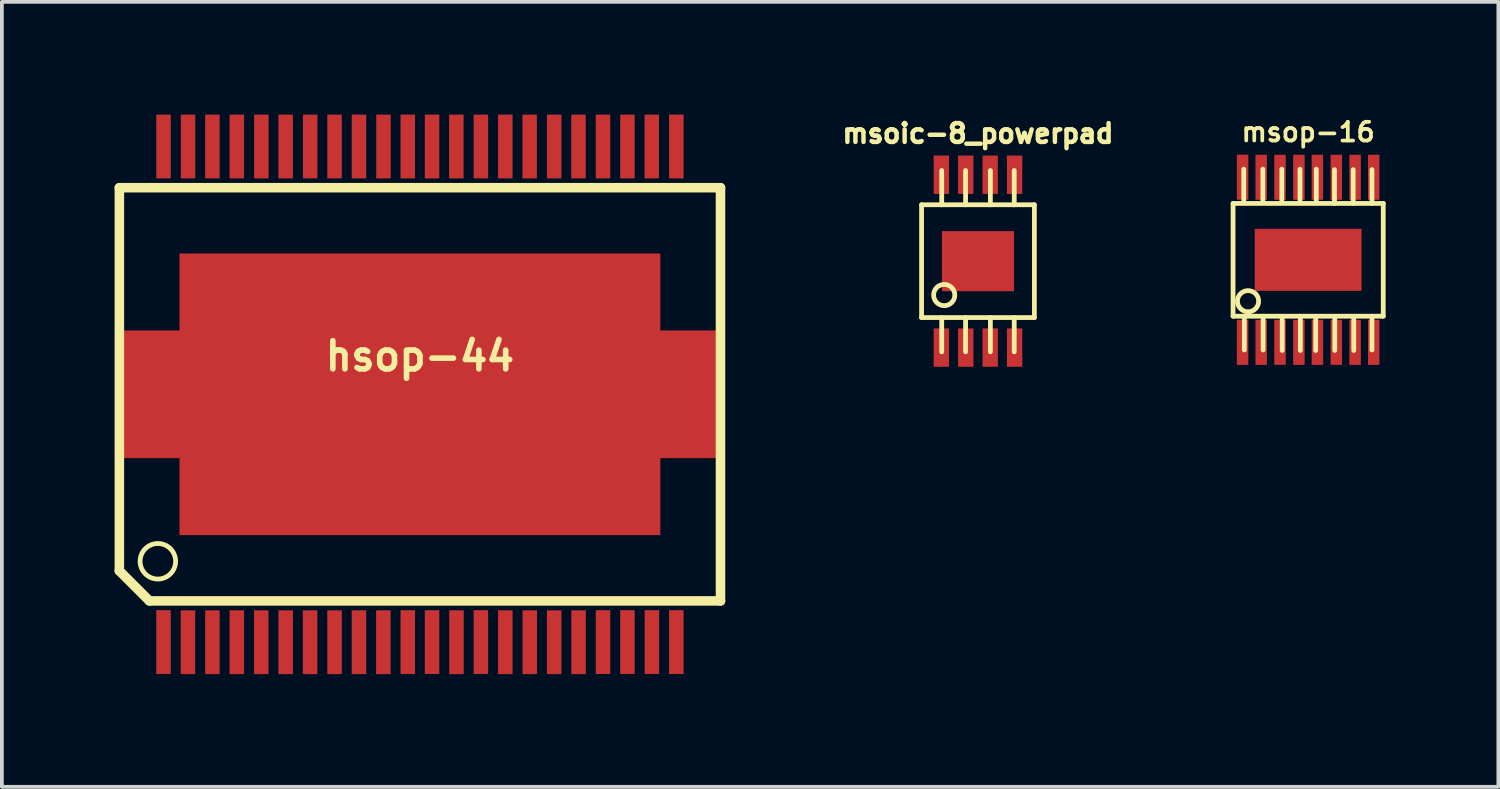
<source format=kicad_pcb>
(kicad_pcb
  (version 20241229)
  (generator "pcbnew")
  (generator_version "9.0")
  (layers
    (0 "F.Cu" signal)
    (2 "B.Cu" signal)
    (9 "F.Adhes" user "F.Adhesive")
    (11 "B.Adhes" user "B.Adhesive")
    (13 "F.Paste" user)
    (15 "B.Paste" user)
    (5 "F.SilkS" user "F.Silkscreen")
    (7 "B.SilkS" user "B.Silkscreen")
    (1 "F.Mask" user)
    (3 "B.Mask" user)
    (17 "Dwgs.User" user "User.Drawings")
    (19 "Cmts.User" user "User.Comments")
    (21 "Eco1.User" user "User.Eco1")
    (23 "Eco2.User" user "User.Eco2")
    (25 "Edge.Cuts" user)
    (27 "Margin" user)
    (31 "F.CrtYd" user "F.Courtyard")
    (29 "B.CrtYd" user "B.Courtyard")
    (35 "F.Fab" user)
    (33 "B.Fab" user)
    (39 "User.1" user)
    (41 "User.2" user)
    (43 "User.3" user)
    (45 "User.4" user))
  (footprint "msop-16"
    (layer "F.Cu")
    (at 31.772 3.866)
    (property "Reference" "msop-16" (at 0 -3.401 0) (layer "F.SilkS") (effects (font (size 0.498 0.498) (thickness 0.099))))
    (attr smd)
    (fp_line (start -1.999 -1.501) (end 1.999 -1.501) (stroke (width 0.127) (type solid)) (layer "F.SilkS"))
    (fp_line (start -1.999 -1.499) (end -1.999 1.499) (stroke (width 0.127) (type solid)) (layer "F.SilkS"))
    (fp_line (start -1.999 1.501) (end 1.999 1.501) (stroke (width 0.127) (type solid)) (layer "F.SilkS"))
    (fp_line (start -1.714 -2.413) (end -1.714 -1.524) (stroke (width 0.127) (type solid)) (layer "F.SilkS"))
    (fp_line (start -1.699 2.4) (end -1.699 1.501) (stroke (width 0.127) (type solid)) (layer "F.SilkS"))
    (fp_line (start -1.206 -2.413) (end -1.206 -1.524) (stroke (width 0.127) (type solid)) (layer "F.SilkS"))
    (fp_line (start -1.199 2.4) (end -1.199 1.501) (stroke (width 0.127) (type solid)) (layer "F.SilkS"))
    (fp_line (start -0.701 -2.413) (end -0.701 -1.524) (stroke (width 0.127) (type solid)) (layer "F.SilkS"))
    (fp_line (start -0.691 2.413) (end -0.691 1.524) (stroke (width 0.127) (type solid)) (layer "F.SilkS"))
    (fp_line (start -0.218 -2.413) (end -0.218 -1.524) (stroke (width 0.127) (type solid)) (layer "F.SilkS"))
    (fp_line (start -0.208 2.413) (end -0.208 1.524) (stroke (width 0.127) (type solid)) (layer "F.SilkS"))
    (fp_line (start 0.201 2.413) (end 0.201 1.524) (stroke (width 0.127) (type solid)) (layer "F.SilkS"))
    (fp_line (start 0.216 -2.413) (end 0.216 -1.524) (stroke (width 0.127) (type solid)) (layer "F.SilkS"))
    (fp_line (start 0.701 -2.4) (end 0.701 -1.501) (stroke (width 0.127) (type solid)) (layer "F.SilkS"))
    (fp_line (start 0.709 2.413) (end 0.709 1.524) (stroke (width 0.127) (type solid)) (layer "F.SilkS"))
    (fp_line (start 1.199 -2.4) (end 1.199 -1.501) (stroke (width 0.127) (type solid)) (layer "F.SilkS"))
    (fp_line (start 1.214 2.413) (end 1.214 1.524) (stroke (width 0.127) (type solid)) (layer "F.SilkS"))
    (fp_line (start 1.699 -2.4) (end 1.699 -1.501) (stroke (width 0.127) (type solid)) (layer "F.SilkS"))
    (fp_line (start 1.699 2.4) (end 1.699 1.501) (stroke (width 0.127) (type solid)) (layer "F.SilkS"))
    (fp_line (start 1.999 1.501) (end 1.999 -1.501) (stroke (width 0.127) (type solid)) (layer "F.SilkS"))
    (fp_circle (center -1.6 1.102) (end -1.801 1.3) (stroke (width 0.127) (type solid)) (fill no) (layer "F.SilkS"))
    (pad "1" smd rect (at -1.745 2.197) (size 0.305 1.199) (layers "F.Cu" "F.Mask" "F.Paste"))
    (pad "2" smd rect (at -1.25 2.197) (size 0.305 1.199) (layers "F.Cu" "F.Mask" "F.Paste"))
    (pad "3" smd rect (at -0.749 2.197) (size 0.305 1.199) (layers "F.Cu" "F.Mask" "F.Paste"))
    (pad "4" smd rect (at -0.246 2.197) (size 0.305 1.199) (layers "F.Cu" "F.Mask" "F.Paste"))
    (pad "5" smd rect (at 0.246 2.197) (size 0.305 1.199) (layers "F.Cu" "F.Mask" "F.Paste"))
    (pad "6" smd rect (at 0.749 2.197) (size 0.305 1.199) (layers "F.Cu" "F.Mask" "F.Paste"))
    (pad "7" smd rect (at 1.25 2.197) (size 0.305 1.199) (layers "F.Cu" "F.Mask" "F.Paste"))
    (pad "8" smd rect (at 1.745 2.197) (size 0.305 1.199) (layers "F.Cu" "F.Mask" "F.Paste"))
    (pad "9" smd rect (at 1.745 -2.197) (size 0.305 1.199) (layers "F.Cu" "F.Mask" "F.Paste"))
    (pad "10" smd rect (at 1.25 -2.197) (size 0.305 1.199) (layers "F.Cu" "F.Mask" "F.Paste"))
    (pad "11" smd rect (at 0.749 -2.197) (size 0.305 1.199) (layers "F.Cu" "F.Mask" "F.Paste"))
    (pad "12" smd rect (at 0.246 -2.197) (size 0.305 1.199) (layers "F.Cu" "F.Mask" "F.Paste"))
    (pad "13" smd rect (at -0.246 -2.197) (size 0.305 1.199) (layers "F.Cu" "F.Mask" "F.Paste"))
    (pad "14" smd rect (at -0.749 -2.197) (size 0.305 1.199) (layers "F.Cu" "F.Mask" "F.Paste"))
    (pad "15" smd rect (at -1.25 -2.197) (size 0.305 1.199) (layers "F.Cu" "F.Mask" "F.Paste"))
    (pad "16" smd rect (at -1.745 -2.2) (size 0.305 1.199) (layers "F.Cu" "F.Mask" "F.Paste"))
    (pad "17" smd rect (at 0 0) (size 2.845 1.651) (layers "F.Cu" "F.Mask" "F.Paste")))
  (footprint "msoic-8_powerpad"
    (layer "F.Cu")
    (at 22.983 3.902)
    (property "Reference" "msoic-8_powerpad" (at 0 -3.4 180) (layer "F.SilkS") (effects (font (size 0.5 0.5) (thickness 0.119))))
    (attr through_hole)
    (fp_line (start -1.501 -1.501) (end -1.501 1.501) (stroke (width 0.127) (type solid)) (layer "F.SilkS"))
    (fp_line (start -1.501 1.501) (end 1.501 1.501) (stroke (width 0.127) (type solid)) (layer "F.SilkS"))
    (fp_line (start -0.965 -1.499) (end -0.965 -2.413) (stroke (width 0.127) (type solid)) (layer "F.SilkS"))
    (fp_line (start -0.965 1.499) (end -0.965 2.413) (stroke (width 0.127) (type solid)) (layer "F.SilkS"))
    (fp_line (start -0.33 -1.499) (end -0.33 -2.413) (stroke (width 0.127) (type solid)) (layer "F.SilkS"))
    (fp_line (start -0.33 1.499) (end -0.33 2.413) (stroke (width 0.127) (type solid)) (layer "F.SilkS"))
    (fp_line (start 0.33 -1.499) (end 0.33 -2.413) (stroke (width 0.127) (type solid)) (layer "F.SilkS"))
    (fp_line (start 0.33 1.499) (end 0.33 2.413) (stroke (width 0.127) (type solid)) (layer "F.SilkS"))
    (fp_line (start 0.965 -1.499) (end 0.965 -2.413) (stroke (width 0.127) (type solid)) (layer "F.SilkS"))
    (fp_line (start 0.965 1.499) (end 0.965 2.413) (stroke (width 0.127) (type solid)) (layer "F.SilkS"))
    (fp_line (start 1.501 -1.501) (end -1.501 -1.501) (stroke (width 0.127) (type solid)) (layer "F.SilkS"))
    (fp_line (start 1.501 1.501) (end 1.501 -1.501) (stroke (width 0.127) (type solid)) (layer "F.SilkS"))
    (fp_circle (center -0.899 0.902) (end -1.1 1.1) (stroke (width 0.127) (type solid)) (fill no) (layer "F.SilkS"))
    (pad "1" smd rect (at -0.975 2.301) (size 0.409 1.021) (layers "F.Cu" "F.Mask" "F.Paste"))
    (pad "2" smd rect (at -0.325 2.301) (size 0.409 1.021) (layers "F.Cu" "F.Mask" "F.Paste"))
    (pad "3" smd rect (at 0.325 2.301) (size 0.409 1.021) (layers "F.Cu" "F.Mask" "F.Paste"))
    (pad "4" smd rect (at 0.975 2.301) (size 0.409 1.021) (layers "F.Cu" "F.Mask" "F.Paste"))
    (pad "5" smd rect (at 0.975 -2.301) (size 0.409 1.021) (layers "F.Cu" "F.Mask" "F.Paste"))
    (pad "6" smd rect (at 0.325 -2.301) (size 0.409 1.021) (layers "F.Cu" "F.Mask" "F.Paste"))
    (pad "7" smd rect (at -0.325 -2.301) (size 0.409 1.021) (layers "F.Cu" "F.Mask" "F.Paste"))
    (pad "8" smd rect (at -0.975 -2.301) (size 0.409 1.021) (layers "F.Cu" "F.Mask" "F.Paste"))
    (pad "9" smd rect (at 0 0) (size 1.92 1.6) (layers "F.Cu" "F.Mask" "F.Paste")))
  (footprint "hsop-44"
    (layer "F.Cu")
    (at 8.128 7.446)
    (property "Reference" "hsop-44" (at 0 -1.016 0) (layer "F.SilkS") (effects (font (size 0.749 0.749) (thickness 0.15))))
    (attr through_hole)
    (fp_line (start -8.001 -5.499) (end -8.001 4.699) (stroke (width 0.254) (type solid)) (layer "F.SilkS"))
    (fp_line (start -8.001 -5.499) (end 8.001 -5.499) (stroke (width 0.254) (type solid)) (layer "F.SilkS"))
    (fp_line (start -7.201 5.499) (end -8.001 4.699) (stroke (width 0.254) (type solid)) (layer "F.SilkS"))
    (fp_line (start -7.201 5.499) (end 8.001 5.499) (stroke (width 0.254) (type solid)) (layer "F.SilkS"))
    (fp_line (start 8.001 5.499) (end 8.001 -5.499) (stroke (width 0.254) (type solid)) (layer "F.SilkS"))
    (fp_circle (center -6.976 4.445) (end -7.256 4.826) (stroke (width 0.127) (type solid)) (fill no) (layer "F.SilkS"))
    (pad "1" smd rect (at -6.825 6.596) (size 0.386 1.699) (layers "F.Cu" "F.Mask" "F.Paste"))
    (pad "2" smd rect (at -6.175 6.599) (size 0.386 1.699) (layers "F.Cu" "F.Mask" "F.Paste"))
    (pad "3" smd rect (at -5.524 6.599) (size 0.386 1.699) (layers "F.Cu" "F.Mask" "F.Paste"))
    (pad "4" smd rect (at -4.874 6.599) (size 0.386 1.699) (layers "F.Cu" "F.Mask" "F.Paste"))
    (pad "5" smd rect (at -4.224 6.599) (size 0.386 1.699) (layers "F.Cu" "F.Mask" "F.Paste"))
    (pad "6" smd rect (at -3.574 6.599) (size 0.386 1.699) (layers "F.Cu" "F.Mask" "F.Paste"))
    (pad "7" smd rect (at -2.924 6.599) (size 0.386 1.699) (layers "F.Cu" "F.Mask" "F.Paste"))
    (pad "8" smd rect (at -2.273 6.599) (size 0.386 1.699) (layers "F.Cu" "F.Mask" "F.Paste"))
    (pad "9" smd rect (at -1.623 6.599) (size 0.386 1.699) (layers "F.Cu" "F.Mask" "F.Paste"))
    (pad "10" smd rect (at -0.973 6.599) (size 0.386 1.699) (layers "F.Cu" "F.Mask" "F.Paste"))
    (pad "11" smd rect (at -0.323 6.596) (size 0.386 1.699) (layers "F.Cu" "F.Mask" "F.Paste"))
    (pad "12" smd rect (at 0.323 6.596) (size 0.386 1.699) (layers "F.Cu" "F.Mask" "F.Paste"))
    (pad "13" smd rect (at 0.973 6.599) (size 0.386 1.699) (layers "F.Cu" "F.Mask" "F.Paste"))
    (pad "14" smd rect (at 1.623 6.596) (size 0.386 1.699) (layers "F.Cu" "F.Mask" "F.Paste"))
    (pad "15" smd rect (at 2.273 6.599) (size 0.386 1.699) (layers "F.Cu" "F.Mask" "F.Paste"))
    (pad "16" smd rect (at 2.924 6.599) (size 0.386 1.699) (layers "F.Cu" "F.Mask" "F.Paste"))
    (pad "17" smd rect (at 3.574 6.599) (size 0.386 1.699) (layers "F.Cu" "F.Mask" "F.Paste"))
    (pad "18" smd rect (at 4.224 6.599) (size 0.386 1.699) (layers "F.Cu" "F.Mask" "F.Paste"))
    (pad "19" smd rect (at 4.874 6.596) (size 0.386 1.699) (layers "F.Cu" "F.Mask" "F.Paste"))
    (pad "20" smd rect (at 5.524 6.596) (size 0.386 1.699) (layers "F.Cu" "F.Mask" "F.Paste"))
    (pad "21" smd rect (at 6.175 6.596) (size 0.386 1.699) (layers "F.Cu" "F.Mask" "F.Paste"))
    (pad "22" smd rect (at 6.825 6.596) (size 0.386 1.699) (layers "F.Cu" "F.Mask" "F.Paste"))
    (pad "23" smd rect (at 6.825 -6.596) (size 0.386 1.699) (layers "F.Cu" "F.Mask" "F.Paste"))
    (pad "24" smd rect (at 6.172 -6.596) (size 0.386 1.699) (layers "F.Cu" "F.Mask" "F.Paste"))
    (pad "25" smd rect (at 5.524 -6.596) (size 0.386 1.699) (layers "F.Cu" "F.Mask" "F.Paste"))
    (pad "26" smd rect (at 4.874 -6.596) (size 0.386 1.699) (layers "F.Cu" "F.Mask" "F.Paste"))
    (pad "27" smd rect (at 4.221 -6.596) (size 0.386 1.699) (layers "F.Cu" "F.Mask" "F.Paste"))
    (pad "28" smd rect (at 3.574 -6.596) (size 0.386 1.699) (layers "F.Cu" "F.Mask" "F.Paste"))
    (pad "29" smd rect (at 2.921 -6.596) (size 0.386 1.699) (layers "F.Cu" "F.Mask" "F.Paste"))
    (pad "30" smd rect (at 2.273 -6.596) (size 0.386 1.699) (layers "F.Cu" "F.Mask" "F.Paste"))
    (pad "31" smd rect (at 1.623 -6.596) (size 0.386 1.699) (layers "F.Cu" "F.Mask" "F.Paste"))
    (pad "32" smd rect (at 0.97 -6.596) (size 0.386 1.699) (layers "F.Cu" "F.Mask" "F.Paste"))
    (pad "33" smd rect (at 0.323 -6.596) (size 0.386 1.699) (layers "F.Cu" "F.Mask" "F.Paste"))
    (pad "34" smd rect (at -0.323 -6.596) (size 0.386 1.699) (layers "F.Cu" "F.Mask" "F.Paste"))
    (pad "35" smd rect (at -0.97 -6.596) (size 0.386 1.699) (layers "F.Cu" "F.Mask" "F.Paste"))
    (pad "36" smd rect (at -1.623 -6.596) (size 0.386 1.699) (layers "F.Cu" "F.Mask" "F.Paste"))
    (pad "37" smd rect (at -2.273 -6.596) (size 0.386 1.699) (layers "F.Cu" "F.Mask" "F.Paste"))
    (pad "38" smd rect (at -2.921 -6.596) (size 0.386 1.699) (layers "F.Cu" "F.Mask" "F.Paste"))
    (pad "39" smd rect (at -3.574 -6.596) (size 0.386 1.699) (layers "F.Cu" "F.Mask" "F.Paste"))
    (pad "40" smd rect (at -4.221 -6.596) (size 0.386 1.699) (layers "F.Cu" "F.Mask" "F.Paste"))
    (pad "41" smd rect (at -4.874 -6.596) (size 0.386 1.699) (layers "F.Cu" "F.Mask" "F.Paste"))
    (pad "42" smd rect (at -5.524 -6.596) (size 0.386 1.699) (layers "F.Cu" "F.Mask" "F.Paste"))
    (pad "43" smd rect (at -6.172 -6.596) (size 0.386 1.699) (layers "F.Cu" "F.Mask" "F.Paste"))
    (pad "44" smd rect (at -6.825 -6.596) (size 0.386 1.699) (layers "F.Cu" "F.Mask" "F.Paste"))
    (pad "45" smd rect (at 0 0) (size 12.799 7.498) (layers "F.Cu" "F.Mask" "F.Paste"))
    (pad "45" smd rect (at 0 0) (size 16.099 3.399) (layers "F.Cu" "F.Mask" "F.Paste")))
  (gr_rect
    (start -3 -3)
    (end 36.835 17.895)
    (stroke (width 0.1) (type default))
    (fill no)
    (layer "Edge.Cuts")))
</source>
